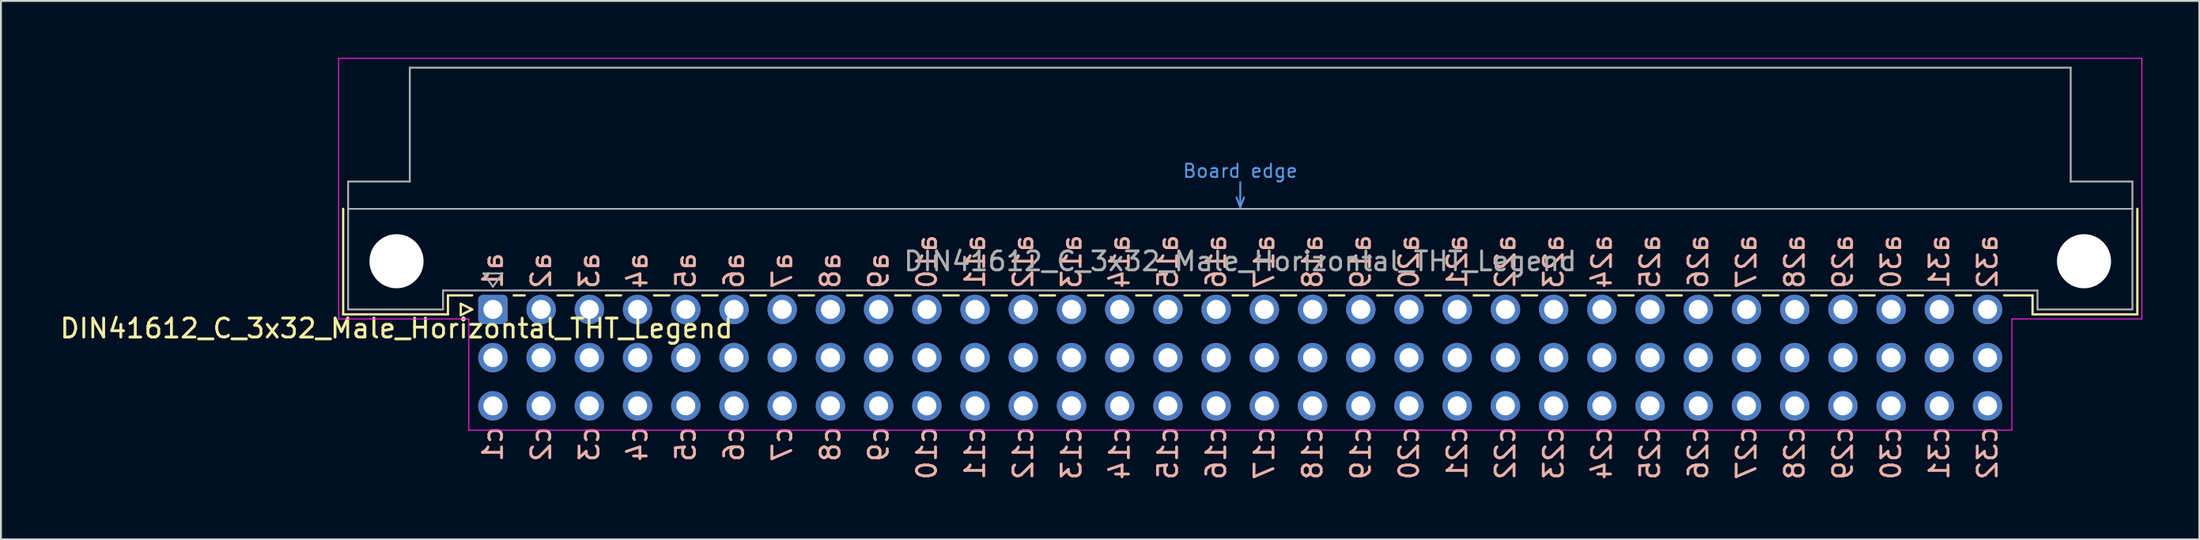
<source format=kicad_pcb>
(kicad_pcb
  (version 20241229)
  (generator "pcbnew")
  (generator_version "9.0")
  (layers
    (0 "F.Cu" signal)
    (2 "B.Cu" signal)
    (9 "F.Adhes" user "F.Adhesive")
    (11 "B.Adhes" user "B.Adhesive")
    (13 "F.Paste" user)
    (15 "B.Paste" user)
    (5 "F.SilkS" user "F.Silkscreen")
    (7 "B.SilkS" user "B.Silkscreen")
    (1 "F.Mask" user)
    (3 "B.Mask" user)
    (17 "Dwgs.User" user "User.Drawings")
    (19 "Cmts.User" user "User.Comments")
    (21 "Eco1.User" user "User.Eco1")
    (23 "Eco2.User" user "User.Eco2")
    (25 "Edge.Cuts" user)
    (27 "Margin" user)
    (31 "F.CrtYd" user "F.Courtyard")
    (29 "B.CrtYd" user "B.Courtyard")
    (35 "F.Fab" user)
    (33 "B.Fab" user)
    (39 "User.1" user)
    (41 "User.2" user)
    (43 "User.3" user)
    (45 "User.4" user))
  (footprint "DIN41612_C_3x32_Male_Horizontal_THT_Legend"
    (layer "F.Cu")
    (at 22.919 13.255)
    (property "Reference" "DIN41612_C_3x32_Male_Horizontal_THT_Legend" (at -5.08 1 0) (layer "F.SilkS") (effects (font (size 1 1) (thickness 0.15))))
    (property "a1" "a1" (at 0 -1.016 270) (layer "B.SilkS") (effects (font (size 1 1) (thickness 0.152)) (justify right mirror)))
    (property "a2" "a2" (at 2.54 -1.016 90) (layer "B.SilkS") (effects (font (size 1 1) (thickness 0.152)) (justify right mirror)))
    (property "a4" "a4" (at 7.62 -1.016 90) (layer "B.SilkS") (effects (font (size 1 1) (thickness 0.152)) (justify right mirror)))
    (property "a5" "a5" (at 10.16 -1.016 90) (layer "B.SilkS") (effects (font (size 1 1) (thickness 0.152)) (justify right mirror)))
    (property "a6" "a6" (at 12.7 -1.016 90) (layer "B.SilkS") (effects (font (size 1 1) (thickness 0.152)) (justify right mirror)))
    (property "a7" "a7" (at 15.24 -1.016 90) (layer "B.SilkS") (effects (font (size 1 1) (thickness 0.152)) (justify right mirror)))
    (property "a8" "a8" (at 17.78 -1.016 90) (layer "B.SilkS") (effects (font (size 1 1) (thickness 0.152)) (justify right mirror)))
    (property "a9" "a9" (at 20.32 -1.016 90) (layer "B.SilkS") (effects (font (size 1 1) (thickness 0.152)) (justify right mirror)))
    (property "a10" "a10" (at 22.86 -1.016 90) (layer "B.SilkS") (effects (font (size 1 1) (thickness 0.152)) (justify right mirror)))
    (property "a3" "a3" (at 5.08 -1.016 90) (layer "B.SilkS") (effects (font (size 1 1) (thickness 0.152)) (justify right mirror)))
    (property "a11" "a11" (at 25.4 -1.016 90) (layer "B.SilkS") (effects (font (size 1 1) (thickness 0.152)) (justify right mirror)))
    (property "a12" "a12" (at 27.94 -1.016 90) (layer "B.SilkS") (effects (font (size 1 1) (thickness 0.152)) (justify right mirror)))
    (property "a13" "a13" (at 30.48 -1.016 90) (layer "B.SilkS") (effects (font (size 1 1) (thickness 0.152)) (justify right mirror)))
    (property "a14" "a14" (at 33.02 -1.016 90) (layer "B.SilkS") (effects (font (size 1 1) (thickness 0.152)) (justify right mirror)))
    (property "a15" "a15" (at 35.56 -1.016 90) (layer "B.SilkS") (effects (font (size 1 1) (thickness 0.152)) (justify right mirror)))
    (property "a16" "a16" (at 38.1 -1.016 90) (layer "B.SilkS") (effects (font (size 1 1) (thickness 0.152)) (justify right mirror)))
    (property "a17" "a17" (at 40.64 -1.016 90) (layer "B.SilkS") (effects (font (size 1 1) (thickness 0.152)) (justify right mirror)))
    (property "a18" "a18" (at 43.18 -1.016 90) (layer "B.SilkS") (effects (font (size 1 1) (thickness 0.152)) (justify right mirror)))
    (property "a19" "a19" (at 45.72 -1.016 90) (layer "B.SilkS") (effects (font (size 1 1) (thickness 0.152)) (justify right mirror)))
    (property "a20" "a20" (at 48.26 -1.016 90) (layer "B.SilkS") (effects (font (size 1 1) (thickness 0.152)) (justify right mirror)))
    (property "a21" "a21" (at 50.8 -1.016 90) (layer "B.SilkS") (effects (font (size 1 1) (thickness 0.152)) (justify right mirror)))
    (property "a22" "a22" (at 53.34 -1.016 90) (layer "B.SilkS") (effects (font (size 1 1) (thickness 0.152)) (justify right mirror)))
    (property "a23" "a23" (at 55.88 -1.016 90) (layer "B.SilkS") (effects (font (size 1 1) (thickness 0.152)) (justify right mirror)))
    (property "a24" "a24" (at 58.42 -1.016 90) (layer "B.SilkS") (effects (font (size 1 1) (thickness 0.152)) (justify right mirror)))
    (property "a26" "a26" (at 63.5 -1.016 90) (layer "B.SilkS") (effects (font (size 1 1) (thickness 0.152)) (justify right mirror)))
    (property "a27" "a27" (at 66.04 -1.016 90) (layer "B.SilkS") (effects (font (size 1 1) (thickness 0.152)) (justify right mirror)))
    (property "a28" "a28" (at 68.58 -1.016 90) (layer "B.SilkS") (effects (font (size 1 1) (thickness 0.152)) (justify right mirror)))
    (property "a29" "a29" (at 71.12 -1.016 90) (layer "B.SilkS") (effects (font (size 1 1) (thickness 0.152)) (justify right mirror)))
    (property "a30" "a30" (at 73.66 -1.016 90) (layer "B.SilkS") (effects (font (size 1 1) (thickness 0.152)) (justify right mirror)))
    (property "a31" "a31" (at 76.2 -1.016 90) (layer "B.SilkS") (effects (font (size 1 1) (thickness 0.152)) (justify right mirror)))
    (property "a25" "a25" (at 60.96 -1.016 90) (layer "B.SilkS") (effects (font (size 1 1) (thickness 0.152)) (justify right mirror)))
    (property "c1" "c1" (at 0 6.096 90) (layer "B.SilkS") (effects (font (size 1 1) (thickness 0.152)) (justify left mirror)))
    (property "c2" "c2" (at 2.54 6.096 90) (layer "B.SilkS") (effects (font (size 1 1) (thickness 0.152)) (justify left mirror)))
    (property "c3" "c3" (at 5.08 6.096 90) (layer "B.SilkS") (effects (font (size 1 1) (thickness 0.152)) (justify left mirror)))
    (property "c4" "c4" (at 7.62 6.096 90) (layer "B.SilkS") (effects (font (size 1 1) (thickness 0.152)) (justify left mirror)))
    (property "c5" "c5" (at 10.16 6.096 90) (layer "B.SilkS") (effects (font (size 1 1) (thickness 0.152)) (justify left mirror)))
    (property "c6" "c6" (at 12.7 6.096 90) (layer "B.SilkS") (effects (font (size 1 1) (thickness 0.152)) (justify left mirror)))
    (property "c7" "c7" (at 15.24 6.096 90) (layer "B.SilkS") (effects (font (size 1 1) (thickness 0.152)) (justify left mirror)))
    (property "c8" "c8" (at 17.78 6.096 90) (layer "B.SilkS") (effects (font (size 1 1) (thickness 0.152)) (justify left mirror)))
    (property "c9" "c9" (at 20.32 6.096 90) (layer "B.SilkS") (effects (font (size 1 1) (thickness 0.152)) (justify left mirror)))
    (property "c10" "c10" (at 22.86 6.096 270) (layer "B.SilkS") (effects (font (size 1 1) (thickness 0.152)) (justify left mirror)))
    (property "c11" "c11" (at 25.4 6.096 90) (layer "B.SilkS") (effects (font (size 1 1) (thickness 0.152)) (justify left mirror)))
    (property "c12" "c12" (at 27.94 6.096 90) (layer "B.SilkS") (effects (font (size 1 1) (thickness 0.152)) (justify left mirror)))
    (property "c13" "c13" (at 30.48 6.096 90) (layer "B.SilkS") (effects (font (size 1 1) (thickness 0.152)) (justify left mirror)))
    (property "c14" "c14" (at 33.02 6.096 90) (layer "B.SilkS") (effects (font (size 1 1) (thickness 0.152)) (justify left mirror)))
    (property "c15" "c15" (at 35.56 6.096 90) (layer "B.SilkS") (effects (font (size 1 1) (thickness 0.152)) (justify left mirror)))
    (property "c16" "c16" (at 38.1 6.096 90) (layer "B.SilkS") (effects (font (size 1 1) (thickness 0.152)) (justify left mirror)))
    (property "c17" "c17" (at 40.64 6.096 90) (layer "B.SilkS") (effects (font (size 1 1) (thickness 0.152)) (justify left mirror)))
    (property "c18" "c18" (at 43.18 6.096 90) (layer "B.SilkS") (effects (font (size 1 1) (thickness 0.152)) (justify left mirror)))
    (property "c19" "c19" (at 45.72 6.096 90) (layer "B.SilkS") (effects (font (size 1 1) (thickness 0.152)) (justify left mirror)))
    (property "c20" "c20" (at 48.26 6.096 90) (layer "B.SilkS") (effects (font (size 1 1) (thickness 0.152)) (justify left mirror)))
    (property "c21" "c21" (at 50.8 6.096 90) (layer "B.SilkS") (effects (font (size 1 1) (thickness 0.152)) (justify left mirror)))
    (property "c22" "c22" (at 53.34 6.096 90) (layer "B.SilkS") (effects (font (size 1 1) (thickness 0.152)) (justify left mirror)))
    (property "c23" "c23" (at 55.88 6.096 90) (layer "B.SilkS") (effects (font (size 1 1) (thickness 0.152)) (justify left mirror)))
    (property "c24" "c24" (at 58.42 6.096 90) (layer "B.SilkS") (effects (font (size 1 1) (thickness 0.152)) (justify left mirror)))
    (property "c25" "c25" (at 60.96 6.096 90) (layer "B.SilkS") (effects (font (size 1 1) (thickness 0.152)) (justify left mirror)))
    (property "c26" "c26" (at 63.5 6.096 90) (layer "B.SilkS") (effects (font (size 1 1) (thickness 0.152)) (justify left mirror)))
    (property "c27" "c27" (at 66.04 6.096 90) (layer "B.SilkS") (effects (font (size 1 1) (thickness 0.152)) (justify left mirror)))
    (property "c28" "c28" (at 68.58 6.096 90) (layer "B.SilkS") (effects (font (size 1 1) (thickness 0.152)) (justify left mirror)))
    (property "c29" "c29" (at 71.12 6.096 90) (layer "B.SilkS") (effects (font (size 1 1) (thickness 0.152)) (justify left mirror)))
    (property "c30" "c30" (at 73.66 6.096 90) (layer "B.SilkS") (effects (font (size 1 1) (thickness 0.152)) (justify left mirror)))
    (property "c31" "c31" (at 76.2 6.096 90) (layer "B.SilkS") (effects (font (size 1 1) (thickness 0.152)) (justify left mirror)))
    (property "c32" "c32" (at 78.74 6.096 90) (layer "B.SilkS") (effects (font (size 1 1) (thickness 0.152)) (justify left mirror)))
    (property "a32" "a32" (at 78.74 -1.016 270) (layer "B.SilkS") (effects (font (size 1 1) (thickness 0.152)) (justify right mirror)))
    (attr through_hole)
    (fp_line (start -7.89 -5.3) (end -7.89 0.26) (stroke (width 0.12) (type solid)) (layer "F.SilkS"))
    (fp_line (start -7.89 0.26) (end -2.37 0.26) (stroke (width 0.12) (type solid)) (layer "F.SilkS"))
    (fp_line (start -2.371 -0.74) (end -1.095 -0.74) (stroke (width 0.12) (type solid)) (layer "F.SilkS"))
    (fp_line (start -2.37 0.26) (end -2.37 -0.74) (stroke (width 0.12) (type solid)) (layer "F.SilkS"))
    (fp_line (start -1.695 -0.3) (end -1.695 0.3) (stroke (width 0.12) (type solid)) (layer "F.SilkS"))
    (fp_line (start -1.695 0.3) (end -1.095 0) (stroke (width 0.12) (type solid)) (layer "F.SilkS"))
    (fp_line (start -1.095 0) (end -1.695 -0.3) (stroke (width 0.12) (type solid)) (layer "F.SilkS"))
    (fp_line (start 1.095 -0.74) (end 1.671 -0.74) (stroke (width 0.12) (type solid)) (layer "F.SilkS"))
    (fp_line (start 3.41 -0.74) (end 4.211 -0.74) (stroke (width 0.12) (type solid)) (layer "F.SilkS"))
    (fp_line (start 5.95 -0.74) (end 6.751 -0.74) (stroke (width 0.12) (type solid)) (layer "F.SilkS"))
    (fp_line (start 8.49 -0.74) (end 9.291 -0.74) (stroke (width 0.12) (type solid)) (layer "F.SilkS"))
    (fp_line (start 11.03 -0.74) (end 11.831 -0.74) (stroke (width 0.12) (type solid)) (layer "F.SilkS"))
    (fp_line (start 13.57 -0.74) (end 14.371 -0.74) (stroke (width 0.12) (type solid)) (layer "F.SilkS"))
    (fp_line (start 16.11 -0.74) (end 16.911 -0.74) (stroke (width 0.12) (type solid)) (layer "F.SilkS"))
    (fp_line (start 18.65 -0.74) (end 19.451 -0.74) (stroke (width 0.12) (type solid)) (layer "F.SilkS"))
    (fp_line (start 21.19 -0.74) (end 21.991 -0.74) (stroke (width 0.12) (type solid)) (layer "F.SilkS"))
    (fp_line (start 23.73 -0.74) (end 24.531 -0.74) (stroke (width 0.12) (type solid)) (layer "F.SilkS"))
    (fp_line (start 26.27 -0.74) (end 27.071 -0.74) (stroke (width 0.12) (type solid)) (layer "F.SilkS"))
    (fp_line (start 28.81 -0.74) (end 29.611 -0.74) (stroke (width 0.12) (type solid)) (layer "F.SilkS"))
    (fp_line (start 31.35 -0.74) (end 32.151 -0.74) (stroke (width 0.12) (type solid)) (layer "F.SilkS"))
    (fp_line (start 33.89 -0.74) (end 34.691 -0.74) (stroke (width 0.12) (type solid)) (layer "F.SilkS"))
    (fp_line (start 36.43 -0.74) (end 37.231 -0.74) (stroke (width 0.12) (type solid)) (layer "F.SilkS"))
    (fp_line (start 38.97 -0.74) (end 39.771 -0.74) (stroke (width 0.12) (type solid)) (layer "F.SilkS"))
    (fp_line (start 41.51 -0.74) (end 42.311 -0.74) (stroke (width 0.12) (type solid)) (layer "F.SilkS"))
    (fp_line (start 44.05 -0.74) (end 44.851 -0.74) (stroke (width 0.12) (type solid)) (layer "F.SilkS"))
    (fp_line (start 46.59 -0.74) (end 47.391 -0.74) (stroke (width 0.12) (type solid)) (layer "F.SilkS"))
    (fp_line (start 49.13 -0.74) (end 49.931 -0.74) (stroke (width 0.12) (type solid)) (layer "F.SilkS"))
    (fp_line (start 51.67 -0.74) (end 52.471 -0.74) (stroke (width 0.12) (type solid)) (layer "F.SilkS"))
    (fp_line (start 54.21 -0.74) (end 55.011 -0.74) (stroke (width 0.12) (type solid)) (layer "F.SilkS"))
    (fp_line (start 56.75 -0.74) (end 57.551 -0.74) (stroke (width 0.12) (type solid)) (layer "F.SilkS"))
    (fp_line (start 59.29 -0.74) (end 60.091 -0.74) (stroke (width 0.12) (type solid)) (layer "F.SilkS"))
    (fp_line (start 61.83 -0.74) (end 62.631 -0.74) (stroke (width 0.12) (type solid)) (layer "F.SilkS"))
    (fp_line (start 64.37 -0.74) (end 65.171 -0.74) (stroke (width 0.12) (type solid)) (layer "F.SilkS"))
    (fp_line (start 66.91 -0.74) (end 67.711 -0.74) (stroke (width 0.12) (type solid)) (layer "F.SilkS"))
    (fp_line (start 69.45 -0.74) (end 70.251 -0.74) (stroke (width 0.12) (type solid)) (layer "F.SilkS"))
    (fp_line (start 71.99 -0.74) (end 72.791 -0.74) (stroke (width 0.12) (type solid)) (layer "F.SilkS"))
    (fp_line (start 74.53 -0.74) (end 75.331 -0.74) (stroke (width 0.12) (type solid)) (layer "F.SilkS"))
    (fp_line (start 77.07 -0.74) (end 77.871 -0.74) (stroke (width 0.12) (type solid)) (layer "F.SilkS"))
    (fp_line (start 79.61 -0.74) (end 81.11 -0.74) (stroke (width 0.12) (type solid)) (layer "F.SilkS"))
    (fp_line (start 81.11 0.26) (end 81.11 -0.74) (stroke (width 0.12) (type solid)) (layer "F.SilkS"))
    (fp_line (start 86.63 -5.3) (end 86.63 0.26) (stroke (width 0.12) (type solid)) (layer "F.SilkS"))
    (fp_line (start 86.63 0.26) (end 81.11 0.26) (stroke (width 0.12) (type solid)) (layer "F.SilkS"))
    (fp_line (start -7.63 -5.3) (end 86.37 -5.3) (stroke (width 0.08) (type solid)) (layer "Dwgs.User"))
    (fp_line (start 39.17 -5.9) (end 39.37 -5.4) (stroke (width 0.1) (type solid)) (layer "Cmts.User"))
    (fp_line (start 39.37 -5.4) (end 39.37 -6.7) (stroke (width 0.1) (type solid)) (layer "Cmts.User"))
    (fp_line (start 39.37 -5.4) (end 39.57 -5.9) (stroke (width 0.1) (type solid)) (layer "Cmts.User"))
    (fp_line (start -8.13 -13.23) (end -8.13 0.5) (stroke (width 0.05) (type solid)) (layer "F.CrtYd"))
    (fp_line (start -8.13 0.5) (end -1.27 0.5) (stroke (width 0.05) (type solid)) (layer "F.CrtYd"))
    (fp_line (start -1.27 0.5) (end -1.27 6.36) (stroke (width 0.05) (type solid)) (layer "F.CrtYd"))
    (fp_line (start -1.27 6.36) (end 80.02 6.36) (stroke (width 0.05) (type solid)) (layer "F.CrtYd"))
    (fp_line (start 80.02 0.5) (end 86.87 0.5) (stroke (width 0.05) (type solid)) (layer "F.CrtYd"))
    (fp_line (start 80.02 6.36) (end 80.02 0.5) (stroke (width 0.05) (type solid)) (layer "F.CrtYd"))
    (fp_line (start 86.87 -13.23) (end -8.13 -13.23) (stroke (width 0.05) (type solid)) (layer "F.CrtYd"))
    (fp_line (start 86.87 0.5) (end 86.87 -13.23) (stroke (width 0.05) (type solid)) (layer "F.CrtYd"))
    (fp_line (start -7.63 -6.74) (end -7.63 0) (stroke (width 0.1) (type solid)) (layer "F.Fab"))
    (fp_line (start -7.63 0) (end -2.63 0) (stroke (width 0.1) (type solid)) (layer "F.Fab"))
    (fp_line (start -4.38 -12.74) (end -4.38 -6.74) (stroke (width 0.1) (type solid)) (layer "F.Fab"))
    (fp_line (start -4.38 -6.74) (end -7.63 -6.74) (stroke (width 0.1) (type solid)) (layer "F.Fab"))
    (fp_line (start -2.63 -1) (end 81.37 -1) (stroke (width 0.1) (type solid)) (layer "F.Fab"))
    (fp_line (start -2.63 0) (end -2.63 -1) (stroke (width 0.1) (type solid)) (layer "F.Fab"))
    (fp_line (start -0.5 -1.9) (end 0.5 -1.9) (stroke (width 0.1) (type solid)) (layer "F.Fab"))
    (fp_line (start 0 -1.2) (end -0.5 -1.9) (stroke (width 0.1) (type solid)) (layer "F.Fab"))
    (fp_line (start 0.5 -1.9) (end 0 -1.2) (stroke (width 0.1) (type solid)) (layer "F.Fab"))
    (fp_line (start 81.37 -1) (end 81.37 0) (stroke (width 0.1) (type solid)) (layer "F.Fab"))
    (fp_line (start 81.37 0) (end 86.37 0) (stroke (width 0.1) (type solid)) (layer "F.Fab"))
    (fp_line (start 83.12 -12.74) (end -4.38 -12.74) (stroke (width 0.1) (type solid)) (layer "F.Fab"))
    (fp_line (start 83.12 -6.74) (end 83.12 -12.74) (stroke (width 0.1) (type solid)) (layer "F.Fab"))
    (fp_line (start 86.37 -6.74) (end 83.12 -6.74) (stroke (width 0.1) (type solid)) (layer "F.Fab"))
    (fp_line (start 86.37 0) (end 86.37 -6.74) (stroke (width 0.1) (type solid)) (layer "F.Fab"))
    (fp_text user "Board edge" (at 39.37 -7.3 0) (layer "Cmts.User") (effects (font (size 0.7 0.7) (thickness 0.1))))
    (fp_text user "${REFERENCE}" (at 39.37 -2.54 0) (layer "F.Fab") (effects (font (size 1 1) (thickness 0.15))))
    (pad "" np_thru_hole circle (at -5.08 -2.54) (size 2.85 2.85) (drill 2.85) (layers "*.Cu" "*.Mask"))
    (pad "" np_thru_hole circle (at 83.82 -2.54) (size 2.85 2.85) (drill 2.85) (layers "*.Cu" "*.Mask"))
    (pad "a1" thru_hole roundrect (at 0 0) (size 1.55 1.55) (drill 1) (layers "*.Cu" "*.Mask") (roundrect_rratio 0.161))
    (pad "a2" thru_hole circle (at 2.54 0) (size 1.55 1.55) (drill 1) (layers "*.Cu" "*.Mask"))
    (pad "a3" thru_hole circle (at 5.08 0) (size 1.55 1.55) (drill 1) (layers "*.Cu" "*.Mask"))
    (pad "a4" thru_hole circle (at 7.62 0) (size 1.55 1.55) (drill 1) (layers "*.Cu" "*.Mask"))
    (pad "a5" thru_hole circle (at 10.16 0) (size 1.55 1.55) (drill 1) (layers "*.Cu" "*.Mask"))
    (pad "a6" thru_hole circle (at 12.7 0) (size 1.55 1.55) (drill 1) (layers "*.Cu" "*.Mask"))
    (pad "a7" thru_hole circle (at 15.24 0) (size 1.55 1.55) (drill 1) (layers "*.Cu" "*.Mask"))
    (pad "a8" thru_hole circle (at 17.78 0) (size 1.55 1.55) (drill 1) (layers "*.Cu" "*.Mask"))
    (pad "a9" thru_hole circle (at 20.32 0) (size 1.55 1.55) (drill 1) (layers "*.Cu" "*.Mask"))
    (pad "a10" thru_hole circle (at 22.86 0) (size 1.55 1.55) (drill 1) (layers "*.Cu" "*.Mask"))
    (pad "a11" thru_hole circle (at 25.4 0) (size 1.55 1.55) (drill 1) (layers "*.Cu" "*.Mask"))
    (pad "a12" thru_hole circle (at 27.94 0) (size 1.55 1.55) (drill 1) (layers "*.Cu" "*.Mask"))
    (pad "a13" thru_hole circle (at 30.48 0) (size 1.55 1.55) (drill 1) (layers "*.Cu" "*.Mask"))
    (pad "a14" thru_hole circle (at 33.02 0) (size 1.55 1.55) (drill 1) (layers "*.Cu" "*.Mask"))
    (pad "a15" thru_hole circle (at 35.56 0) (size 1.55 1.55) (drill 1) (layers "*.Cu" "*.Mask"))
    (pad "a16" thru_hole circle (at 38.1 0) (size 1.55 1.55) (drill 1) (layers "*.Cu" "*.Mask"))
    (pad "a17" thru_hole circle (at 40.64 0) (size 1.55 1.55) (drill 1) (layers "*.Cu" "*.Mask"))
    (pad "a18" thru_hole circle (at 43.18 0) (size 1.55 1.55) (drill 1) (layers "*.Cu" "*.Mask"))
    (pad "a19" thru_hole circle (at 45.72 0) (size 1.55 1.55) (drill 1) (layers "*.Cu" "*.Mask"))
    (pad "a20" thru_hole circle (at 48.26 0) (size 1.55 1.55) (drill 1) (layers "*.Cu" "*.Mask"))
    (pad "a21" thru_hole circle (at 50.8 0) (size 1.55 1.55) (drill 1) (layers "*.Cu" "*.Mask"))
    (pad "a22" thru_hole circle (at 53.34 0) (size 1.55 1.55) (drill 1) (layers "*.Cu" "*.Mask"))
    (pad "a23" thru_hole circle (at 55.88 0) (size 1.55 1.55) (drill 1) (layers "*.Cu" "*.Mask"))
    (pad "a24" thru_hole circle (at 58.42 0) (size 1.55 1.55) (drill 1) (layers "*.Cu" "*.Mask"))
    (pad "a25" thru_hole circle (at 60.96 0) (size 1.55 1.55) (drill 1) (layers "*.Cu" "*.Mask"))
    (pad "a26" thru_hole circle (at 63.5 0) (size 1.55 1.55) (drill 1) (layers "*.Cu" "*.Mask"))
    (pad "a27" thru_hole circle (at 66.04 0) (size 1.55 1.55) (drill 1) (layers "*.Cu" "*.Mask"))
    (pad "a28" thru_hole circle (at 68.58 0) (size 1.55 1.55) (drill 1) (layers "*.Cu" "*.Mask"))
    (pad "a29" thru_hole circle (at 71.12 0) (size 1.55 1.55) (drill 1) (layers "*.Cu" "*.Mask"))
    (pad "a30" thru_hole circle (at 73.66 0) (size 1.55 1.55) (drill 1) (layers "*.Cu" "*.Mask"))
    (pad "a31" thru_hole circle (at 76.2 0) (size 1.55 1.55) (drill 1) (layers "*.Cu" "*.Mask"))
    (pad "a32" thru_hole circle (at 78.74 0) (size 1.55 1.55) (drill 1) (layers "*.Cu" "*.Mask"))
    (pad "b1" thru_hole circle (at 0 2.54) (size 1.55 1.55) (drill 1) (layers "*.Cu" "*.Mask"))
    (pad "b2" thru_hole circle (at 2.54 2.54) (size 1.55 1.55) (drill 1) (layers "*.Cu" "*.Mask"))
    (pad "b3" thru_hole circle (at 5.08 2.54) (size 1.55 1.55) (drill 1) (layers "*.Cu" "*.Mask"))
    (pad "b4" thru_hole circle (at 7.62 2.54) (size 1.55 1.55) (drill 1) (layers "*.Cu" "*.Mask"))
    (pad "b5" thru_hole circle (at 10.16 2.54) (size 1.55 1.55) (drill 1) (layers "*.Cu" "*.Mask"))
    (pad "b6" thru_hole circle (at 12.7 2.54) (size 1.55 1.55) (drill 1) (layers "*.Cu" "*.Mask"))
    (pad "b7" thru_hole circle (at 15.24 2.54) (size 1.55 1.55) (drill 1) (layers "*.Cu" "*.Mask"))
    (pad "b8" thru_hole circle (at 17.78 2.54) (size 1.55 1.55) (drill 1) (layers "*.Cu" "*.Mask"))
    (pad "b9" thru_hole circle (at 20.32 2.54) (size 1.55 1.55) (drill 1) (layers "*.Cu" "*.Mask"))
    (pad "b10" thru_hole circle (at 22.86 2.54) (size 1.55 1.55) (drill 1) (layers "*.Cu" "*.Mask"))
    (pad "b11" thru_hole circle (at 25.4 2.54) (size 1.55 1.55) (drill 1) (layers "*.Cu" "*.Mask"))
    (pad "b12" thru_hole circle (at 27.94 2.54) (size 1.55 1.55) (drill 1) (layers "*.Cu" "*.Mask"))
    (pad "b13" thru_hole circle (at 30.48 2.54) (size 1.55 1.55) (drill 1) (layers "*.Cu" "*.Mask"))
    (pad "b14" thru_hole circle (at 33.02 2.54) (size 1.55 1.55) (drill 1) (layers "*.Cu" "*.Mask"))
    (pad "b15" thru_hole circle (at 35.56 2.54) (size 1.55 1.55) (drill 1) (layers "*.Cu" "*.Mask"))
    (pad "b16" thru_hole circle (at 38.1 2.54) (size 1.55 1.55) (drill 1) (layers "*.Cu" "*.Mask"))
    (pad "b17" thru_hole circle (at 40.64 2.54) (size 1.55 1.55) (drill 1) (layers "*.Cu" "*.Mask"))
    (pad "b18" thru_hole circle (at 43.18 2.54) (size 1.55 1.55) (drill 1) (layers "*.Cu" "*.Mask"))
    (pad "b19" thru_hole circle (at 45.72 2.54) (size 1.55 1.55) (drill 1) (layers "*.Cu" "*.Mask"))
    (pad "b20" thru_hole circle (at 48.26 2.54) (size 1.55 1.55) (drill 1) (layers "*.Cu" "*.Mask"))
    (pad "b21" thru_hole circle (at 50.8 2.54) (size 1.55 1.55) (drill 1) (layers "*.Cu" "*.Mask"))
    (pad "b22" thru_hole circle (at 53.34 2.54) (size 1.55 1.55) (drill 1) (layers "*.Cu" "*.Mask"))
    (pad "b23" thru_hole circle (at 55.88 2.54) (size 1.55 1.55) (drill 1) (layers "*.Cu" "*.Mask"))
    (pad "b24" thru_hole circle (at 58.42 2.54) (size 1.55 1.55) (drill 1) (layers "*.Cu" "*.Mask"))
    (pad "b25" thru_hole circle (at 60.96 2.54) (size 1.55 1.55) (drill 1) (layers "*.Cu" "*.Mask"))
    (pad "b26" thru_hole circle (at 63.5 2.54) (size 1.55 1.55) (drill 1) (layers "*.Cu" "*.Mask"))
    (pad "b27" thru_hole circle (at 66.04 2.54) (size 1.55 1.55) (drill 1) (layers "*.Cu" "*.Mask"))
    (pad "b28" thru_hole circle (at 68.58 2.54) (size 1.55 1.55) (drill 1) (layers "*.Cu" "*.Mask"))
    (pad "b29" thru_hole circle (at 71.12 2.54) (size 1.55 1.55) (drill 1) (layers "*.Cu" "*.Mask"))
    (pad "b30" thru_hole circle (at 73.66 2.54) (size 1.55 1.55) (drill 1) (layers "*.Cu" "*.Mask"))
    (pad "b31" thru_hole circle (at 76.2 2.54) (size 1.55 1.55) (drill 1) (layers "*.Cu" "*.Mask"))
    (pad "b32" thru_hole circle (at 78.74 2.54) (size 1.55 1.55) (drill 1) (layers "*.Cu" "*.Mask"))
    (pad "c1" thru_hole circle (at 0 5.08) (size 1.55 1.55) (drill 1) (layers "*.Cu" "*.Mask"))
    (pad "c2" thru_hole circle (at 2.54 5.08) (size 1.55 1.55) (drill 1) (layers "*.Cu" "*.Mask"))
    (pad "c3" thru_hole circle (at 5.08 5.08) (size 1.55 1.55) (drill 1) (layers "*.Cu" "*.Mask"))
    (pad "c4" thru_hole circle (at 7.62 5.08) (size 1.55 1.55) (drill 1) (layers "*.Cu" "*.Mask"))
    (pad "c5" thru_hole circle (at 10.16 5.08) (size 1.55 1.55) (drill 1) (layers "*.Cu" "*.Mask"))
    (pad "c6" thru_hole circle (at 12.7 5.08) (size 1.55 1.55) (drill 1) (layers "*.Cu" "*.Mask"))
    (pad "c7" thru_hole circle (at 15.24 5.08) (size 1.55 1.55) (drill 1) (layers "*.Cu" "*.Mask"))
    (pad "c8" thru_hole circle (at 17.78 5.08) (size 1.55 1.55) (drill 1) (layers "*.Cu" "*.Mask"))
    (pad "c9" thru_hole circle (at 20.32 5.08) (size 1.55 1.55) (drill 1) (layers "*.Cu" "*.Mask"))
    (pad "c10" thru_hole circle (at 22.86 5.08) (size 1.55 1.55) (drill 1) (layers "*.Cu" "*.Mask"))
    (pad "c11" thru_hole circle (at 25.4 5.08) (size 1.55 1.55) (drill 1) (layers "*.Cu" "*.Mask"))
    (pad "c12" thru_hole circle (at 27.94 5.08) (size 1.55 1.55) (drill 1) (layers "*.Cu" "*.Mask"))
    (pad "c13" thru_hole circle (at 30.48 5.08) (size 1.55 1.55) (drill 1) (layers "*.Cu" "*.Mask"))
    (pad "c14" thru_hole circle (at 33.02 5.08) (size 1.55 1.55) (drill 1) (layers "*.Cu" "*.Mask"))
    (pad "c15" thru_hole circle (at 35.56 5.08) (size 1.55 1.55) (drill 1) (layers "*.Cu" "*.Mask"))
    (pad "c16" thru_hole circle (at 38.1 5.08) (size 1.55 1.55) (drill 1) (layers "*.Cu" "*.Mask"))
    (pad "c17" thru_hole circle (at 40.64 5.08) (size 1.55 1.55) (drill 1) (layers "*.Cu" "*.Mask"))
    (pad "c18" thru_hole circle (at 43.18 5.08) (size 1.55 1.55) (drill 1) (layers "*.Cu" "*.Mask"))
    (pad "c19" thru_hole circle (at 45.72 5.08) (size 1.55 1.55) (drill 1) (layers "*.Cu" "*.Mask"))
    (pad "c20" thru_hole circle (at 48.26 5.08) (size 1.55 1.55) (drill 1) (layers "*.Cu" "*.Mask"))
    (pad "c21" thru_hole circle (at 50.8 5.08) (size 1.55 1.55) (drill 1) (layers "*.Cu" "*.Mask"))
    (pad "c22" thru_hole circle (at 53.34 5.08) (size 1.55 1.55) (drill 1) (layers "*.Cu" "*.Mask"))
    (pad "c23" thru_hole circle (at 55.88 5.08) (size 1.55 1.55) (drill 1) (layers "*.Cu" "*.Mask"))
    (pad "c24" thru_hole circle (at 58.42 5.08) (size 1.55 1.55) (drill 1) (layers "*.Cu" "*.Mask"))
    (pad "c25" thru_hole circle (at 60.96 5.08) (size 1.55 1.55) (drill 1) (layers "*.Cu" "*.Mask"))
    (pad "c26" thru_hole circle (at 63.5 5.08) (size 1.55 1.55) (drill 1) (layers "*.Cu" "*.Mask"))
    (pad "c27" thru_hole circle (at 66.04 5.08) (size 1.55 1.55) (drill 1) (layers "*.Cu" "*.Mask"))
    (pad "c28" thru_hole circle (at 68.58 5.08) (size 1.55 1.55) (drill 1) (layers "*.Cu" "*.Mask"))
    (pad "c29" thru_hole circle (at 71.12 5.08) (size 1.55 1.55) (drill 1) (layers "*.Cu" "*.Mask"))
    (pad "c30" thru_hole circle (at 73.66 5.08) (size 1.55 1.55) (drill 1) (layers "*.Cu" "*.Mask"))
    (pad "c31" thru_hole circle (at 76.2 5.08) (size 1.55 1.55) (drill 1) (layers "*.Cu" "*.Mask"))
    (pad "c32" thru_hole circle (at 78.74 5.08) (size 1.55 1.55) (drill 1) (layers "*.Cu" "*.Mask")))
  (gr_rect
    (start -3 -3)
    (end 112.814 25.37)
    (stroke (width 0.1) (type default))
    (fill no)
    (layer "Edge.Cuts")))
</source>
